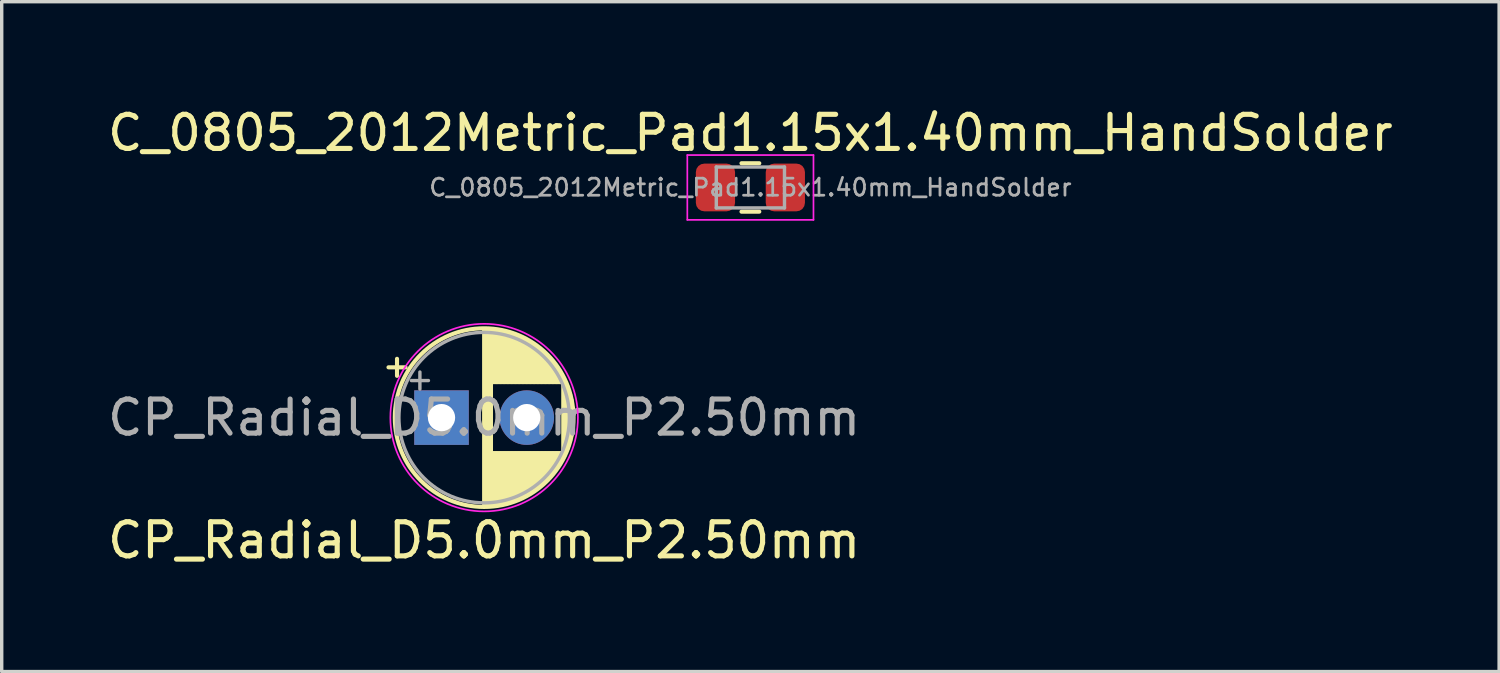
<source format=kicad_pcb>
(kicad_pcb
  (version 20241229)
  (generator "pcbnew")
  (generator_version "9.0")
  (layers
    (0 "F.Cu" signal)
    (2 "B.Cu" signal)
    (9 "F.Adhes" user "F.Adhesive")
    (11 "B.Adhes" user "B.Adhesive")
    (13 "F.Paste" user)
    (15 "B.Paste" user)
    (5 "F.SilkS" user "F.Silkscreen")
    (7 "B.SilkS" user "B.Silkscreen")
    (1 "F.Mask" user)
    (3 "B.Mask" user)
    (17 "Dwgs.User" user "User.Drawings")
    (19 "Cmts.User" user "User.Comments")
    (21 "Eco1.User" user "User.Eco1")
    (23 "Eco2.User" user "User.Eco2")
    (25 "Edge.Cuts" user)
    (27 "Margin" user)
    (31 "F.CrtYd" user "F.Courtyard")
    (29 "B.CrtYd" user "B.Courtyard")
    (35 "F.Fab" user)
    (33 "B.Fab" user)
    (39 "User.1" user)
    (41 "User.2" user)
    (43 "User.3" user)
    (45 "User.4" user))
  (footprint "C_0805_2012Metric_Pad1.15x1.40mm_HandSolder"
    (layer "F.Cu")
    (at 18.958 2.448)
    (property "Reference" "C_0805_2012Metric_Pad1.15x1.40mm_HandSolder" (at 0 -1.6 180) (layer "F.SilkS") (effects (font (size 1 1) (thickness 0.15))))
    (attr smd)
    (fp_line (start -0.261 -0.71) (end 0.261 -0.71) (stroke (width 0.12) (type solid)) (layer "F.SilkS"))
    (fp_line (start -0.261 0.71) (end 0.261 0.71) (stroke (width 0.12) (type solid)) (layer "F.SilkS"))
    (fp_line (start -1.85 -0.95) (end 1.85 -0.95) (stroke (width 0.05) (type solid)) (layer "F.CrtYd"))
    (fp_line (start -1.85 0.95) (end -1.85 -0.95) (stroke (width 0.05) (type solid)) (layer "F.CrtYd"))
    (fp_line (start 1.85 -0.95) (end 1.85 0.95) (stroke (width 0.05) (type solid)) (layer "F.CrtYd"))
    (fp_line (start 1.85 0.95) (end -1.85 0.95) (stroke (width 0.05) (type solid)) (layer "F.CrtYd"))
    (fp_line (start -1 -0.6) (end 1 -0.6) (stroke (width 0.1) (type solid)) (layer "F.Fab"))
    (fp_line (start -1 0.6) (end -1 -0.6) (stroke (width 0.1) (type solid)) (layer "F.Fab"))
    (fp_line (start 1 -0.6) (end 1 0.6) (stroke (width 0.1) (type solid)) (layer "F.Fab"))
    (fp_line (start 1 0.6) (end -1 0.6) (stroke (width 0.1) (type solid)) (layer "F.Fab"))
    (fp_text user "${REFERENCE}" (at 0 0 180) (layer "F.Fab") (effects (font (size 0.5 0.5) (thickness 0.08))))
    (pad "1" smd roundrect (at -1.025 0) (size 1.15 1.4) (layers "F.Cu" "F.Mask" "F.Paste") (roundrect_rratio 0.217))
    (pad "2" smd roundrect (at 1.025 0) (size 1.15 1.4) (layers "F.Cu" "F.Mask" "F.Paste") (roundrect_rratio 0.217)))
  (footprint "CP_Radial_D5.0mm_P2.50mm"
    (layer "F.Cu")
    (at 9.899 9.198)
    (property "Reference" "CP_Radial_D5.0mm_P2.50mm" (at 1.25 3.6 180) (layer "F.SilkS") (effects (font (size 1 1) (thickness 0.15))))
    (attr through_hole)
    (fp_line (start -1.555 -1.475) (end -1.055 -1.475) (stroke (width 0.12) (type solid)) (layer "F.SilkS"))
    (fp_line (start -1.305 -1.725) (end -1.305 -1.225) (stroke (width 0.12) (type solid)) (layer "F.SilkS"))
    (fp_line (start 1.25 -2.58) (end 1.25 2.58) (stroke (width 0.12) (type solid)) (layer "F.SilkS"))
    (fp_line (start 1.29 -2.58) (end 1.29 2.58) (stroke (width 0.12) (type solid)) (layer "F.SilkS"))
    (fp_line (start 1.33 -2.579) (end 1.33 2.579) (stroke (width 0.12) (type solid)) (layer "F.SilkS"))
    (fp_line (start 1.37 -2.578) (end 1.37 2.578) (stroke (width 0.12) (type solid)) (layer "F.SilkS"))
    (fp_line (start 1.41 -2.576) (end 1.41 2.576) (stroke (width 0.12) (type solid)) (layer "F.SilkS"))
    (fp_line (start 1.45 -2.573) (end 1.45 2.573) (stroke (width 0.12) (type solid)) (layer "F.SilkS"))
    (fp_line (start 1.49 -2.569) (end 1.49 -1.04) (stroke (width 0.12) (type solid)) (layer "F.SilkS"))
    (fp_line (start 1.49 1.04) (end 1.49 2.569) (stroke (width 0.12) (type solid)) (layer "F.SilkS"))
    (fp_line (start 1.53 -2.565) (end 1.53 -1.04) (stroke (width 0.12) (type solid)) (layer "F.SilkS"))
    (fp_line (start 1.53 1.04) (end 1.53 2.565) (stroke (width 0.12) (type solid)) (layer "F.SilkS"))
    (fp_line (start 1.57 -2.561) (end 1.57 -1.04) (stroke (width 0.12) (type solid)) (layer "F.SilkS"))
    (fp_line (start 1.57 1.04) (end 1.57 2.561) (stroke (width 0.12) (type solid)) (layer "F.SilkS"))
    (fp_line (start 1.61 -2.556) (end 1.61 -1.04) (stroke (width 0.12) (type solid)) (layer "F.SilkS"))
    (fp_line (start 1.61 1.04) (end 1.61 2.556) (stroke (width 0.12) (type solid)) (layer "F.SilkS"))
    (fp_line (start 1.65 -2.55) (end 1.65 -1.04) (stroke (width 0.12) (type solid)) (layer "F.SilkS"))
    (fp_line (start 1.65 1.04) (end 1.65 2.55) (stroke (width 0.12) (type solid)) (layer "F.SilkS"))
    (fp_line (start 1.69 -2.543) (end 1.69 -1.04) (stroke (width 0.12) (type solid)) (layer "F.SilkS"))
    (fp_line (start 1.69 1.04) (end 1.69 2.543) (stroke (width 0.12) (type solid)) (layer "F.SilkS"))
    (fp_line (start 1.73 -2.536) (end 1.73 -1.04) (stroke (width 0.12) (type solid)) (layer "F.SilkS"))
    (fp_line (start 1.73 1.04) (end 1.73 2.536) (stroke (width 0.12) (type solid)) (layer "F.SilkS"))
    (fp_line (start 1.77 -2.528) (end 1.77 -1.04) (stroke (width 0.12) (type solid)) (layer "F.SilkS"))
    (fp_line (start 1.77 1.04) (end 1.77 2.528) (stroke (width 0.12) (type solid)) (layer "F.SilkS"))
    (fp_line (start 1.81 -2.52) (end 1.81 -1.04) (stroke (width 0.12) (type solid)) (layer "F.SilkS"))
    (fp_line (start 1.81 1.04) (end 1.81 2.52) (stroke (width 0.12) (type solid)) (layer "F.SilkS"))
    (fp_line (start 1.85 -2.511) (end 1.85 -1.04) (stroke (width 0.12) (type solid)) (layer "F.SilkS"))
    (fp_line (start 1.85 1.04) (end 1.85 2.511) (stroke (width 0.12) (type solid)) (layer "F.SilkS"))
    (fp_line (start 1.89 -2.501) (end 1.89 -1.04) (stroke (width 0.12) (type solid)) (layer "F.SilkS"))
    (fp_line (start 1.89 1.04) (end 1.89 2.501) (stroke (width 0.12) (type solid)) (layer "F.SilkS"))
    (fp_line (start 1.93 -2.491) (end 1.93 -1.04) (stroke (width 0.12) (type solid)) (layer "F.SilkS"))
    (fp_line (start 1.93 1.04) (end 1.93 2.491) (stroke (width 0.12) (type solid)) (layer "F.SilkS"))
    (fp_line (start 1.971 -2.48) (end 1.971 -1.04) (stroke (width 0.12) (type solid)) (layer "F.SilkS"))
    (fp_line (start 1.971 1.04) (end 1.971 2.48) (stroke (width 0.12) (type solid)) (layer "F.SilkS"))
    (fp_line (start 2.011 -2.468) (end 2.011 -1.04) (stroke (width 0.12) (type solid)) (layer "F.SilkS"))
    (fp_line (start 2.011 1.04) (end 2.011 2.468) (stroke (width 0.12) (type solid)) (layer "F.SilkS"))
    (fp_line (start 2.051 -2.455) (end 2.051 -1.04) (stroke (width 0.12) (type solid)) (layer "F.SilkS"))
    (fp_line (start 2.051 1.04) (end 2.051 2.455) (stroke (width 0.12) (type solid)) (layer "F.SilkS"))
    (fp_line (start 2.091 -2.442) (end 2.091 -1.04) (stroke (width 0.12) (type solid)) (layer "F.SilkS"))
    (fp_line (start 2.091 1.04) (end 2.091 2.442) (stroke (width 0.12) (type solid)) (layer "F.SilkS"))
    (fp_line (start 2.131 -2.428) (end 2.131 -1.04) (stroke (width 0.12) (type solid)) (layer "F.SilkS"))
    (fp_line (start 2.131 1.04) (end 2.131 2.428) (stroke (width 0.12) (type solid)) (layer "F.SilkS"))
    (fp_line (start 2.171 -2.414) (end 2.171 -1.04) (stroke (width 0.12) (type solid)) (layer "F.SilkS"))
    (fp_line (start 2.171 1.04) (end 2.171 2.414) (stroke (width 0.12) (type solid)) (layer "F.SilkS"))
    (fp_line (start 2.211 -2.398) (end 2.211 -1.04) (stroke (width 0.12) (type solid)) (layer "F.SilkS"))
    (fp_line (start 2.211 1.04) (end 2.211 2.398) (stroke (width 0.12) (type solid)) (layer "F.SilkS"))
    (fp_line (start 2.251 -2.382) (end 2.251 -1.04) (stroke (width 0.12) (type solid)) (layer "F.SilkS"))
    (fp_line (start 2.251 1.04) (end 2.251 2.382) (stroke (width 0.12) (type solid)) (layer "F.SilkS"))
    (fp_line (start 2.291 -2.365) (end 2.291 -1.04) (stroke (width 0.12) (type solid)) (layer "F.SilkS"))
    (fp_line (start 2.291 1.04) (end 2.291 2.365) (stroke (width 0.12) (type solid)) (layer "F.SilkS"))
    (fp_line (start 2.331 -2.348) (end 2.331 -1.04) (stroke (width 0.12) (type solid)) (layer "F.SilkS"))
    (fp_line (start 2.331 1.04) (end 2.331 2.348) (stroke (width 0.12) (type solid)) (layer "F.SilkS"))
    (fp_line (start 2.371 -2.329) (end 2.371 -1.04) (stroke (width 0.12) (type solid)) (layer "F.SilkS"))
    (fp_line (start 2.371 1.04) (end 2.371 2.329) (stroke (width 0.12) (type solid)) (layer "F.SilkS"))
    (fp_line (start 2.411 -2.31) (end 2.411 -1.04) (stroke (width 0.12) (type solid)) (layer "F.SilkS"))
    (fp_line (start 2.411 1.04) (end 2.411 2.31) (stroke (width 0.12) (type solid)) (layer "F.SilkS"))
    (fp_line (start 2.451 -2.29) (end 2.451 -1.04) (stroke (width 0.12) (type solid)) (layer "F.SilkS"))
    (fp_line (start 2.451 1.04) (end 2.451 2.29) (stroke (width 0.12) (type solid)) (layer "F.SilkS"))
    (fp_line (start 2.491 -2.268) (end 2.491 -1.04) (stroke (width 0.12) (type solid)) (layer "F.SilkS"))
    (fp_line (start 2.491 1.04) (end 2.491 2.268) (stroke (width 0.12) (type solid)) (layer "F.SilkS"))
    (fp_line (start 2.531 -2.247) (end 2.531 -1.04) (stroke (width 0.12) (type solid)) (layer "F.SilkS"))
    (fp_line (start 2.531 1.04) (end 2.531 2.247) (stroke (width 0.12) (type solid)) (layer "F.SilkS"))
    (fp_line (start 2.571 -2.224) (end 2.571 -1.04) (stroke (width 0.12) (type solid)) (layer "F.SilkS"))
    (fp_line (start 2.571 1.04) (end 2.571 2.224) (stroke (width 0.12) (type solid)) (layer "F.SilkS"))
    (fp_line (start 2.611 -2.2) (end 2.611 -1.04) (stroke (width 0.12) (type solid)) (layer "F.SilkS"))
    (fp_line (start 2.611 1.04) (end 2.611 2.2) (stroke (width 0.12) (type solid)) (layer "F.SilkS"))
    (fp_line (start 2.651 -2.175) (end 2.651 -1.04) (stroke (width 0.12) (type solid)) (layer "F.SilkS"))
    (fp_line (start 2.651 1.04) (end 2.651 2.175) (stroke (width 0.12) (type solid)) (layer "F.SilkS"))
    (fp_line (start 2.691 -2.149) (end 2.691 -1.04) (stroke (width 0.12) (type solid)) (layer "F.SilkS"))
    (fp_line (start 2.691 1.04) (end 2.691 2.149) (stroke (width 0.12) (type solid)) (layer "F.SilkS"))
    (fp_line (start 2.731 -2.122) (end 2.731 -1.04) (stroke (width 0.12) (type solid)) (layer "F.SilkS"))
    (fp_line (start 2.731 1.04) (end 2.731 2.122) (stroke (width 0.12) (type solid)) (layer "F.SilkS"))
    (fp_line (start 2.771 -2.095) (end 2.771 -1.04) (stroke (width 0.12) (type solid)) (layer "F.SilkS"))
    (fp_line (start 2.771 1.04) (end 2.771 2.095) (stroke (width 0.12) (type solid)) (layer "F.SilkS"))
    (fp_line (start 2.811 -2.065) (end 2.811 -1.04) (stroke (width 0.12) (type solid)) (layer "F.SilkS"))
    (fp_line (start 2.811 1.04) (end 2.811 2.065) (stroke (width 0.12) (type solid)) (layer "F.SilkS"))
    (fp_line (start 2.851 -2.035) (end 2.851 -1.04) (stroke (width 0.12) (type solid)) (layer "F.SilkS"))
    (fp_line (start 2.851 1.04) (end 2.851 2.035) (stroke (width 0.12) (type solid)) (layer "F.SilkS"))
    (fp_line (start 2.891 -2.004) (end 2.891 -1.04) (stroke (width 0.12) (type solid)) (layer "F.SilkS"))
    (fp_line (start 2.891 1.04) (end 2.891 2.004) (stroke (width 0.12) (type solid)) (layer "F.SilkS"))
    (fp_line (start 2.931 -1.971) (end 2.931 -1.04) (stroke (width 0.12) (type solid)) (layer "F.SilkS"))
    (fp_line (start 2.931 1.04) (end 2.931 1.971) (stroke (width 0.12) (type solid)) (layer "F.SilkS"))
    (fp_line (start 2.971 -1.937) (end 2.971 -1.04) (stroke (width 0.12) (type solid)) (layer "F.SilkS"))
    (fp_line (start 2.971 1.04) (end 2.971 1.937) (stroke (width 0.12) (type solid)) (layer "F.SilkS"))
    (fp_line (start 3.011 -1.901) (end 3.011 -1.04) (stroke (width 0.12) (type solid)) (layer "F.SilkS"))
    (fp_line (start 3.011 1.04) (end 3.011 1.901) (stroke (width 0.12) (type solid)) (layer "F.SilkS"))
    (fp_line (start 3.051 -1.864) (end 3.051 -1.04) (stroke (width 0.12) (type solid)) (layer "F.SilkS"))
    (fp_line (start 3.051 1.04) (end 3.051 1.864) (stroke (width 0.12) (type solid)) (layer "F.SilkS"))
    (fp_line (start 3.091 -1.826) (end 3.091 -1.04) (stroke (width 0.12) (type solid)) (layer "F.SilkS"))
    (fp_line (start 3.091 1.04) (end 3.091 1.826) (stroke (width 0.12) (type solid)) (layer "F.SilkS"))
    (fp_line (start 3.131 -1.785) (end 3.131 -1.04) (stroke (width 0.12) (type solid)) (layer "F.SilkS"))
    (fp_line (start 3.131 1.04) (end 3.131 1.785) (stroke (width 0.12) (type solid)) (layer "F.SilkS"))
    (fp_line (start 3.171 -1.743) (end 3.171 -1.04) (stroke (width 0.12) (type solid)) (layer "F.SilkS"))
    (fp_line (start 3.171 1.04) (end 3.171 1.743) (stroke (width 0.12) (type solid)) (layer "F.SilkS"))
    (fp_line (start 3.211 -1.699) (end 3.211 -1.04) (stroke (width 0.12) (type solid)) (layer "F.SilkS"))
    (fp_line (start 3.211 1.04) (end 3.211 1.699) (stroke (width 0.12) (type solid)) (layer "F.SilkS"))
    (fp_line (start 3.251 -1.653) (end 3.251 -1.04) (stroke (width 0.12) (type solid)) (layer "F.SilkS"))
    (fp_line (start 3.251 1.04) (end 3.251 1.653) (stroke (width 0.12) (type solid)) (layer "F.SilkS"))
    (fp_line (start 3.291 -1.605) (end 3.291 -1.04) (stroke (width 0.12) (type solid)) (layer "F.SilkS"))
    (fp_line (start 3.291 1.04) (end 3.291 1.605) (stroke (width 0.12) (type solid)) (layer "F.SilkS"))
    (fp_line (start 3.331 -1.554) (end 3.331 -1.04) (stroke (width 0.12) (type solid)) (layer "F.SilkS"))
    (fp_line (start 3.331 1.04) (end 3.331 1.554) (stroke (width 0.12) (type solid)) (layer "F.SilkS"))
    (fp_line (start 3.371 -1.5) (end 3.371 -1.04) (stroke (width 0.12) (type solid)) (layer "F.SilkS"))
    (fp_line (start 3.371 1.04) (end 3.371 1.5) (stroke (width 0.12) (type solid)) (layer "F.SilkS"))
    (fp_line (start 3.411 -1.443) (end 3.411 -1.04) (stroke (width 0.12) (type solid)) (layer "F.SilkS"))
    (fp_line (start 3.411 1.04) (end 3.411 1.443) (stroke (width 0.12) (type solid)) (layer "F.SilkS"))
    (fp_line (start 3.451 -1.383) (end 3.451 -1.04) (stroke (width 0.12) (type solid)) (layer "F.SilkS"))
    (fp_line (start 3.451 1.04) (end 3.451 1.383) (stroke (width 0.12) (type solid)) (layer "F.SilkS"))
    (fp_line (start 3.491 -1.319) (end 3.491 -1.04) (stroke (width 0.12) (type solid)) (layer "F.SilkS"))
    (fp_line (start 3.491 1.04) (end 3.491 1.319) (stroke (width 0.12) (type solid)) (layer "F.SilkS"))
    (fp_line (start 3.531 -1.251) (end 3.531 -1.04) (stroke (width 0.12) (type solid)) (layer "F.SilkS"))
    (fp_line (start 3.531 1.04) (end 3.531 1.251) (stroke (width 0.12) (type solid)) (layer "F.SilkS"))
    (fp_line (start 3.571 -1.178) (end 3.571 1.178) (stroke (width 0.12) (type solid)) (layer "F.SilkS"))
    (fp_line (start 3.611 -1.098) (end 3.611 1.098) (stroke (width 0.12) (type solid)) (layer "F.SilkS"))
    (fp_line (start 3.651 -1.011) (end 3.651 1.011) (stroke (width 0.12) (type solid)) (layer "F.SilkS"))
    (fp_line (start 3.691 -0.915) (end 3.691 0.915) (stroke (width 0.12) (type solid)) (layer "F.SilkS"))
    (fp_line (start 3.731 -0.805) (end 3.731 0.805) (stroke (width 0.12) (type solid)) (layer "F.SilkS"))
    (fp_line (start 3.771 -0.677) (end 3.771 0.677) (stroke (width 0.12) (type solid)) (layer "F.SilkS"))
    (fp_line (start 3.811 -0.518) (end 3.811 0.518) (stroke (width 0.12) (type solid)) (layer "F.SilkS"))
    (fp_line (start 3.851 -0.284) (end 3.851 0.284) (stroke (width 0.12) (type solid)) (layer "F.SilkS"))
    (fp_circle (center 1.25 0) (end 3.87 0) (stroke (width 0.12) (type solid)) (fill no) (layer "F.SilkS"))
    (fp_circle (center 1.25 0) (end 4 0) (stroke (width 0.05) (type solid)) (fill no) (layer "F.CrtYd"))
    (fp_line (start -0.884 -1.087) (end -0.384 -1.087) (stroke (width 0.1) (type solid)) (layer "F.Fab"))
    (fp_line (start -0.634 -1.337) (end -0.634 -0.838) (stroke (width 0.1) (type solid)) (layer "F.Fab"))
    (fp_circle (center 1.25 0) (end 3.75 0) (stroke (width 0.1) (type solid)) (fill no) (layer "F.Fab"))
    (fp_text user "${REFERENCE}" (at 1.25 0 180) (layer "F.Fab") (effects (font (size 1 1) (thickness 0.15))))
    (pad "1" thru_hole rect (at 0 0) (size 1.6 1.6) (drill 0.8) (layers "*.Cu" "*.Mask"))
    (pad "2" thru_hole circle (at 2.5 0) (size 1.6 1.6) (drill 0.8) (layers "*.Cu" "*.Mask")))
  (gr_rect
    (start -3 -3)
    (end 40.917 16.646)
    (stroke (width 0.1) (type default))
    (fill no)
    (layer "Edge.Cuts")))
</source>
